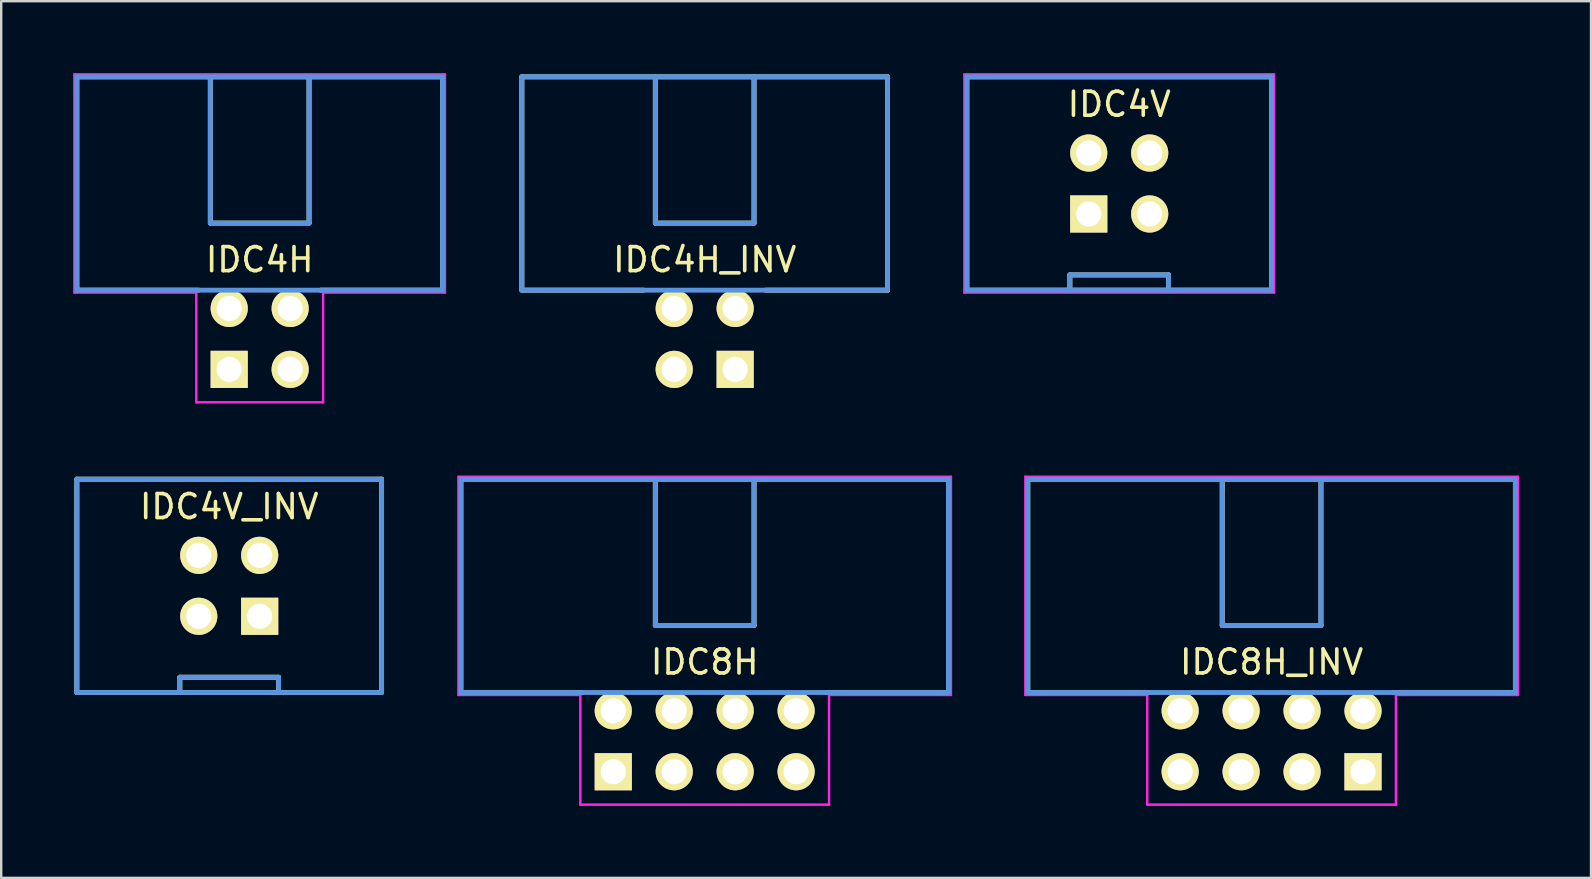
<source format=kicad_pcb>
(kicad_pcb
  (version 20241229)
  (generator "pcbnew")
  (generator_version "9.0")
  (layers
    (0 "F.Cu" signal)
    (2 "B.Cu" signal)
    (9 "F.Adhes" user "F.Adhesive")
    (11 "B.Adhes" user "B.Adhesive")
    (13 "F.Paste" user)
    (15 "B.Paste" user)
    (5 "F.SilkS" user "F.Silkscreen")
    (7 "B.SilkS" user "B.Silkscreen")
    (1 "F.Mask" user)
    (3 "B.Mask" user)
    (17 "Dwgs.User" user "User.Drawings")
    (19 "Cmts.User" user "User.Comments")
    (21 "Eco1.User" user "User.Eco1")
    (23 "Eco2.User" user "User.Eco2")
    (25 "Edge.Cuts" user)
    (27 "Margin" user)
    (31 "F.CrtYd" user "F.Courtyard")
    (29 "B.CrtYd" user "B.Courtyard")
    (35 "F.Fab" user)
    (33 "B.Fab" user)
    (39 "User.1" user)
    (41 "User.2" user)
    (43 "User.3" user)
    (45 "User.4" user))
  (footprint "IDC8H_INV"
    (layer "F.Cu")
    (at 46.132 29.111)
    (property "Reference" "IDC8H_INV" (at 3.81 -4.572 0) (layer "F.SilkS") (effects (font (size 1.001 1.001) (thickness 0.15))))
    (attr through_hole)
    (fp_line (start -6.35 -12.192) (end 13.97 -12.192) (stroke (width 0.203) (type solid)) (layer "F.SilkS"))
    (fp_line (start -6.35 -3.302) (end -6.35 -12.192) (stroke (width 0.203) (type solid)) (layer "F.SilkS"))
    (fp_line (start -6.35 -3.302) (end -1.27 -3.302) (stroke (width 0.203) (type solid)) (layer "F.SilkS"))
    (fp_line (start 1.753 -12.192) (end 1.753 -6.096) (stroke (width 0.203) (type solid)) (layer "F.SilkS"))
    (fp_line (start 1.753 -6.096) (end 5.867 -6.096) (stroke (width 0.203) (type solid)) (layer "F.SilkS"))
    (fp_line (start 5.867 -12.192) (end 5.867 -6.096) (stroke (width 0.203) (type solid)) (layer "F.SilkS"))
    (fp_line (start 13.97 -12.192) (end 13.97 -3.302) (stroke (width 0.203) (type solid)) (layer "F.SilkS"))
    (fp_line (start 13.97 -3.302) (end 8.89 -3.302) (stroke (width 0.203) (type solid)) (layer "F.SilkS"))
    (fp_line (start -6.35 -12.192) (end -6.35 -3.302) (stroke (width 0.203) (type solid)) (layer "Cmts.User"))
    (fp_line (start -6.35 -3.302) (end 13.97 -3.302) (stroke (width 0.203) (type solid)) (layer "Cmts.User"))
    (fp_line (start 1.753 -12.192) (end 1.753 -6.096) (stroke (width 0.203) (type solid)) (layer "Cmts.User"))
    (fp_line (start 1.753 -6.096) (end 5.867 -6.096) (stroke (width 0.203) (type solid)) (layer "Cmts.User"))
    (fp_line (start 5.867 -12.192) (end 5.867 -6.096) (stroke (width 0.203) (type solid)) (layer "Cmts.User"))
    (fp_line (start 13.97 -12.192) (end -6.35 -12.192) (stroke (width 0.203) (type solid)) (layer "Cmts.User"))
    (fp_line (start 13.97 -3.302) (end 13.97 -12.192) (stroke (width 0.203) (type solid)) (layer "Cmts.User"))
    (fp_line (start -6.452 -12.294) (end -6.452 -3.2) (stroke (width 0.102) (type solid)) (layer "F.CrtYd"))
    (fp_line (start -6.452 -3.2) (end -1.372 -3.2) (stroke (width 0.102) (type solid)) (layer "F.CrtYd"))
    (fp_line (start -1.372 -3.2) (end -1.372 1.372) (stroke (width 0.102) (type solid)) (layer "F.CrtYd"))
    (fp_line (start -1.372 1.372) (end 8.992 1.372) (stroke (width 0.102) (type solid)) (layer "F.CrtYd"))
    (fp_line (start 8.992 -3.2) (end 14.072 -3.2) (stroke (width 0.102) (type solid)) (layer "F.CrtYd"))
    (fp_line (start 8.992 1.372) (end 8.992 -3.2) (stroke (width 0.102) (type solid)) (layer "F.CrtYd"))
    (fp_line (start 14.072 -12.294) (end -6.452 -12.294) (stroke (width 0.102) (type solid)) (layer "F.CrtYd"))
    (fp_line (start 14.072 -3.2) (end 14.072 -12.294) (stroke (width 0.102) (type solid)) (layer "F.CrtYd"))
    (pad "1" thru_hole rect (at 7.62 0) (size 1.549 1.549) (drill 1.049) (layers "*.Cu" "*.Mask" "F.SilkS"))
    (pad "2" thru_hole circle (at 7.62 -2.54) (size 1.549 1.549) (drill 1.049) (layers "*.Cu" "*.Mask" "F.SilkS"))
    (pad "3" thru_hole circle (at 5.08 0) (size 1.549 1.549) (drill 1.049) (layers "*.Cu" "*.Mask" "F.SilkS"))
    (pad "4" thru_hole circle (at 5.08 -2.54) (size 1.549 1.549) (drill 1.049) (layers "*.Cu" "*.Mask" "F.SilkS"))
    (pad "5" thru_hole circle (at 2.54 0) (size 1.549 1.549) (drill 1.049) (layers "*.Cu" "*.Mask" "F.SilkS"))
    (pad "6" thru_hole circle (at 2.54 -2.54) (size 1.549 1.549) (drill 1.049) (layers "*.Cu" "*.Mask" "F.SilkS"))
    (pad "7" thru_hole circle (at 0 0) (size 1.549 1.549) (drill 1.049) (layers "*.Cu" "*.Mask" "F.SilkS"))
    (pad "8" thru_hole circle (at 0 -2.54) (size 1.549 1.549) (drill 1.049) (layers "*.Cu" "*.Mask" "F.SilkS")))
  (footprint "IDC4H"
    (layer "F.Cu")
    (at 6.502 12.344)
    (property "Reference" "IDC4H" (at 1.27 -4.572 0) (layer "F.SilkS") (effects (font (size 1.001 1.001) (thickness 0.15))))
    (attr through_hole)
    (fp_line (start -6.35 -12.192) (end 8.89 -12.192) (stroke (width 0.203) (type solid)) (layer "F.SilkS"))
    (fp_line (start -6.35 -3.302) (end -6.35 -12.192) (stroke (width 0.203) (type solid)) (layer "F.SilkS"))
    (fp_line (start -6.35 -3.302) (end -1.27 -3.302) (stroke (width 0.203) (type solid)) (layer "F.SilkS"))
    (fp_line (start -0.787 -12.192) (end -0.787 -6.096) (stroke (width 0.203) (type solid)) (layer "F.SilkS"))
    (fp_line (start -0.787 -6.096) (end 3.327 -6.096) (stroke (width 0.203) (type solid)) (layer "F.SilkS"))
    (fp_line (start 3.327 -12.192) (end 3.327 -6.096) (stroke (width 0.203) (type solid)) (layer "F.SilkS"))
    (fp_line (start 8.89 -12.192) (end 8.89 -3.302) (stroke (width 0.203) (type solid)) (layer "F.SilkS"))
    (fp_line (start 8.89 -3.302) (end 3.81 -3.302) (stroke (width 0.203) (type solid)) (layer "F.SilkS"))
    (fp_line (start -6.35 -12.192) (end -6.35 -3.302) (stroke (width 0.203) (type solid)) (layer "Cmts.User"))
    (fp_line (start -6.35 -3.302) (end 8.89 -3.302) (stroke (width 0.203) (type solid)) (layer "Cmts.User"))
    (fp_line (start -0.787 -12.192) (end -0.787 -6.096) (stroke (width 0.203) (type solid)) (layer "Cmts.User"))
    (fp_line (start -0.787 -6.096) (end 3.327 -6.096) (stroke (width 0.203) (type solid)) (layer "Cmts.User"))
    (fp_line (start 3.327 -12.192) (end 3.327 -6.096) (stroke (width 0.203) (type solid)) (layer "Cmts.User"))
    (fp_line (start 8.89 -12.192) (end -6.35 -12.192) (stroke (width 0.203) (type solid)) (layer "Cmts.User"))
    (fp_line (start 8.89 -3.302) (end 8.89 -12.192) (stroke (width 0.203) (type solid)) (layer "Cmts.User"))
    (fp_line (start -6.452 -12.294) (end -6.452 -3.2) (stroke (width 0.102) (type solid)) (layer "F.CrtYd"))
    (fp_line (start -6.452 -3.2) (end -1.372 -3.2) (stroke (width 0.102) (type solid)) (layer "F.CrtYd"))
    (fp_line (start -1.372 -3.2) (end -1.372 1.372) (stroke (width 0.102) (type solid)) (layer "F.CrtYd"))
    (fp_line (start -1.372 1.372) (end 3.912 1.372) (stroke (width 0.102) (type solid)) (layer "F.CrtYd"))
    (fp_line (start 3.912 -3.2) (end 8.992 -3.2) (stroke (width 0.102) (type solid)) (layer "F.CrtYd"))
    (fp_line (start 3.912 1.372) (end 3.912 -3.2) (stroke (width 0.102) (type solid)) (layer "F.CrtYd"))
    (fp_line (start 8.992 -12.294) (end -6.452 -12.294) (stroke (width 0.102) (type solid)) (layer "F.CrtYd"))
    (fp_line (start 8.992 -3.2) (end 8.992 -12.294) (stroke (width 0.102) (type solid)) (layer "F.CrtYd"))
    (pad "1" thru_hole rect (at 0 0) (size 1.549 1.549) (drill 1.049) (layers "*.Cu" "*.Mask" "F.SilkS"))
    (pad "2" thru_hole circle (at 0 -2.54) (size 1.549 1.549) (drill 1.049) (layers "*.Cu" "*.Mask" "F.SilkS"))
    (pad "3" thru_hole circle (at 2.54 0) (size 1.549 1.549) (drill 1.049) (layers "*.Cu" "*.Mask" "F.SilkS"))
    (pad "4" thru_hole circle (at 2.54 -2.54) (size 1.549 1.549) (drill 1.049) (layers "*.Cu" "*.Mask" "F.SilkS")))
  (footprint "IDC4H_INV"
    (layer "F.Cu")
    (at 25.047 12.344)
    (property "Reference" "IDC4H_INV" (at 1.27 -4.572 0) (layer "F.SilkS") (effects (font (size 1.001 1.001) (thickness 0.15))))
    (attr through_hole)
    (fp_line (start -6.35 -12.192) (end 8.89 -12.192) (stroke (width 0.203) (type solid)) (layer "F.SilkS"))
    (fp_line (start -6.35 -3.302) (end -6.35 -12.192) (stroke (width 0.203) (type solid)) (layer "F.SilkS"))
    (fp_line (start -6.35 -3.302) (end -1.27 -3.302) (stroke (width 0.203) (type solid)) (layer "F.SilkS"))
    (fp_line (start -0.787 -12.192) (end -0.787 -6.096) (stroke (width 0.203) (type solid)) (layer "F.SilkS"))
    (fp_line (start -0.787 -6.096) (end 3.327 -6.096) (stroke (width 0.203) (type solid)) (layer "F.SilkS"))
    (fp_line (start 3.327 -12.192) (end 3.327 -6.096) (stroke (width 0.203) (type solid)) (layer "F.SilkS"))
    (fp_line (start 8.89 -12.192) (end 8.89 -3.302) (stroke (width 0.203) (type solid)) (layer "F.SilkS"))
    (fp_line (start 8.89 -3.302) (end 3.81 -3.302) (stroke (width 0.203) (type solid)) (layer "F.SilkS"))
    (fp_line (start -6.35 -12.192) (end -6.35 -3.302) (stroke (width 0.203) (type solid)) (layer "Cmts.User"))
    (fp_line (start -6.35 -3.302) (end 8.89 -3.302) (stroke (width 0.203) (type solid)) (layer "Cmts.User"))
    (fp_line (start -0.787 -12.192) (end -0.787 -6.096) (stroke (width 0.203) (type solid)) (layer "Cmts.User"))
    (fp_line (start -0.787 -6.096) (end 3.327 -6.096) (stroke (width 0.203) (type solid)) (layer "Cmts.User"))
    (fp_line (start 3.327 -12.192) (end 3.327 -6.096) (stroke (width 0.203) (type solid)) (layer "Cmts.User"))
    (fp_line (start 8.89 -12.192) (end -6.35 -12.192) (stroke (width 0.203) (type solid)) (layer "Cmts.User"))
    (fp_line (start 8.89 -3.302) (end 8.89 -12.192) (stroke (width 0.203) (type solid)) (layer "Cmts.User"))
    (fp_line (start -6.452 -12.294) (end -6.452 -3.2) (stroke (width 0.102) (type solid)) (layer "Eco1.User"))
    (fp_line (start -6.452 -3.2) (end -1.372 -3.2) (stroke (width 0.102) (type solid)) (layer "Eco1.User"))
    (fp_line (start -1.372 -3.2) (end -1.372 1.372) (stroke (width 0.102) (type solid)) (layer "Eco1.User"))
    (fp_line (start -1.372 1.372) (end 3.912 1.372) (stroke (width 0.102) (type solid)) (layer "Eco1.User"))
    (fp_line (start 3.912 -3.2) (end 8.992 -3.2) (stroke (width 0.102) (type solid)) (layer "Eco1.User"))
    (fp_line (start 3.912 1.372) (end 3.912 -3.2) (stroke (width 0.102) (type solid)) (layer "Eco1.User"))
    (fp_line (start 8.992 -12.294) (end -6.452 -12.294) (stroke (width 0.102) (type solid)) (layer "Eco1.User"))
    (fp_line (start 8.992 -3.2) (end 8.992 -12.294) (stroke (width 0.102) (type solid)) (layer "Eco1.User"))
    (pad "1" thru_hole rect (at 2.54 0) (size 1.549 1.549) (drill 1.049) (layers "*.Cu" "*.Mask" "F.SilkS"))
    (pad "2" thru_hole circle (at 2.54 -2.54) (size 1.549 1.549) (drill 1.049) (layers "*.Cu" "*.Mask" "F.SilkS"))
    (pad "3" thru_hole circle (at 0 0) (size 1.549 1.549) (drill 1.049) (layers "*.Cu" "*.Mask" "F.SilkS"))
    (pad "4" thru_hole circle (at 0 -2.54) (size 1.549 1.549) (drill 1.049) (layers "*.Cu" "*.Mask" "F.SilkS")))
  (footprint "IDC8H"
    (layer "F.Cu")
    (at 22.507 29.111)
    (property "Reference" "IDC8H" (at 3.81 -4.572 0) (layer "F.SilkS") (effects (font (size 1.001 1.001) (thickness 0.15))))
    (attr through_hole)
    (fp_line (start -6.35 -12.192) (end 13.97 -12.192) (stroke (width 0.203) (type solid)) (layer "F.SilkS"))
    (fp_line (start -6.35 -3.302) (end -6.35 -12.192) (stroke (width 0.203) (type solid)) (layer "F.SilkS"))
    (fp_line (start -6.35 -3.302) (end -1.27 -3.302) (stroke (width 0.203) (type solid)) (layer "F.SilkS"))
    (fp_line (start 1.753 -12.192) (end 1.753 -6.096) (stroke (width 0.203) (type solid)) (layer "F.SilkS"))
    (fp_line (start 1.753 -6.096) (end 5.867 -6.096) (stroke (width 0.203) (type solid)) (layer "F.SilkS"))
    (fp_line (start 5.867 -12.192) (end 5.867 -6.096) (stroke (width 0.203) (type solid)) (layer "F.SilkS"))
    (fp_line (start 13.97 -12.192) (end 13.97 -3.302) (stroke (width 0.203) (type solid)) (layer "F.SilkS"))
    (fp_line (start 13.97 -3.302) (end 8.89 -3.302) (stroke (width 0.203) (type solid)) (layer "F.SilkS"))
    (fp_line (start -6.35 -12.192) (end -6.35 -3.302) (stroke (width 0.203) (type solid)) (layer "Cmts.User"))
    (fp_line (start -6.35 -3.302) (end 13.97 -3.302) (stroke (width 0.203) (type solid)) (layer "Cmts.User"))
    (fp_line (start 1.753 -12.192) (end 1.753 -6.096) (stroke (width 0.203) (type solid)) (layer "Cmts.User"))
    (fp_line (start 1.753 -6.096) (end 5.867 -6.096) (stroke (width 0.203) (type solid)) (layer "Cmts.User"))
    (fp_line (start 5.867 -12.192) (end 5.867 -6.096) (stroke (width 0.203) (type solid)) (layer "Cmts.User"))
    (fp_line (start 13.97 -12.192) (end -6.35 -12.192) (stroke (width 0.203) (type solid)) (layer "Cmts.User"))
    (fp_line (start 13.97 -3.302) (end 13.97 -12.192) (stroke (width 0.203) (type solid)) (layer "Cmts.User"))
    (fp_line (start -6.452 -12.294) (end -6.452 -3.2) (stroke (width 0.102) (type solid)) (layer "F.CrtYd"))
    (fp_line (start -6.452 -3.2) (end -1.372 -3.2) (stroke (width 0.102) (type solid)) (layer "F.CrtYd"))
    (fp_line (start -1.372 -3.2) (end -1.372 1.372) (stroke (width 0.102) (type solid)) (layer "F.CrtYd"))
    (fp_line (start -1.372 1.372) (end 8.992 1.372) (stroke (width 0.102) (type solid)) (layer "F.CrtYd"))
    (fp_line (start 8.992 -3.2) (end 14.072 -3.2) (stroke (width 0.102) (type solid)) (layer "F.CrtYd"))
    (fp_line (start 8.992 1.372) (end 8.992 -3.2) (stroke (width 0.102) (type solid)) (layer "F.CrtYd"))
    (fp_line (start 14.072 -12.294) (end -6.452 -12.294) (stroke (width 0.102) (type solid)) (layer "F.CrtYd"))
    (fp_line (start 14.072 -3.2) (end 14.072 -12.294) (stroke (width 0.102) (type solid)) (layer "F.CrtYd"))
    (pad "1" thru_hole rect (at 0 0) (size 1.549 1.549) (drill 1.049) (layers "*.Cu" "*.Mask" "F.SilkS"))
    (pad "2" thru_hole circle (at 0 -2.54) (size 1.549 1.549) (drill 1.049) (layers "*.Cu" "*.Mask" "F.SilkS"))
    (pad "3" thru_hole circle (at 2.54 0) (size 1.549 1.549) (drill 1.049) (layers "*.Cu" "*.Mask" "F.SilkS"))
    (pad "4" thru_hole circle (at 2.54 -2.54) (size 1.549 1.549) (drill 1.049) (layers "*.Cu" "*.Mask" "F.SilkS"))
    (pad "5" thru_hole circle (at 5.08 0) (size 1.549 1.549) (drill 1.049) (layers "*.Cu" "*.Mask" "F.SilkS"))
    (pad "6" thru_hole circle (at 5.08 -2.54) (size 1.549 1.549) (drill 1.049) (layers "*.Cu" "*.Mask" "F.SilkS"))
    (pad "7" thru_hole circle (at 7.62 0) (size 1.549 1.549) (drill 1.049) (layers "*.Cu" "*.Mask" "F.SilkS"))
    (pad "8" thru_hole circle (at 7.62 -2.54) (size 1.549 1.549) (drill 1.049) (layers "*.Cu" "*.Mask" "F.SilkS")))
  (footprint "IDC4V_INV"
    (layer "F.Cu")
    (at 5.232 22.634)
    (property "Reference" "IDC4V_INV" (at 1.27 -4.572 0) (layer "F.SilkS") (effects (font (size 1.001 1.001) (thickness 0.15))))
    (attr through_hole)
    (fp_line (start -5.08 -5.715) (end 7.62 -5.715) (stroke (width 0.203) (type solid)) (layer "F.SilkS"))
    (fp_line (start -5.08 3.175) (end -5.08 -5.715) (stroke (width 0.203) (type solid)) (layer "F.SilkS"))
    (fp_line (start -0.787 2.54) (end 3.327 2.54) (stroke (width 0.203) (type solid)) (layer "F.SilkS"))
    (fp_line (start -0.787 3.175) (end -0.787 2.54) (stroke (width 0.203) (type solid)) (layer "F.SilkS"))
    (fp_line (start 3.327 3.175) (end 3.327 2.54) (stroke (width 0.203) (type solid)) (layer "F.SilkS"))
    (fp_line (start 7.62 -5.715) (end 7.62 3.175) (stroke (width 0.203) (type solid)) (layer "F.SilkS"))
    (fp_line (start 7.62 3.175) (end -5.08 3.175) (stroke (width 0.203) (type solid)) (layer "F.SilkS"))
    (fp_line (start -5.08 -5.715) (end 7.62 -5.715) (stroke (width 0.203) (type solid)) (layer "Cmts.User"))
    (fp_line (start -5.08 3.175) (end -5.08 -5.715) (stroke (width 0.203) (type solid)) (layer "Cmts.User"))
    (fp_line (start -0.787 2.54) (end 3.327 2.54) (stroke (width 0.203) (type solid)) (layer "Cmts.User"))
    (fp_line (start -0.787 3.175) (end -0.787 2.54) (stroke (width 0.203) (type solid)) (layer "Cmts.User"))
    (fp_line (start 3.327 3.175) (end 3.327 2.54) (stroke (width 0.203) (type solid)) (layer "Cmts.User"))
    (fp_line (start 7.62 -5.715) (end 7.62 3.175) (stroke (width 0.203) (type solid)) (layer "Cmts.User"))
    (fp_line (start 7.62 3.175) (end -5.08 3.175) (stroke (width 0.203) (type solid)) (layer "Cmts.User"))
    (fp_line (start -5.182 -5.817) (end 7.722 -5.817) (stroke (width 0.102) (type solid)) (layer "Eco1.User"))
    (fp_line (start -5.182 3.277) (end -5.182 -5.817) (stroke (width 0.102) (type solid)) (layer "Eco1.User"))
    (fp_line (start 7.722 -5.817) (end 7.722 3.277) (stroke (width 0.102) (type solid)) (layer "Eco1.User"))
    (fp_line (start 7.722 3.277) (end -5.182 3.277) (stroke (width 0.102) (type solid)) (layer "Eco1.User"))
    (pad "1" thru_hole rect (at 2.54 0) (size 1.549 1.549) (drill 1.049) (layers "*.Cu" "*.Mask" "F.SilkS"))
    (pad "2" thru_hole circle (at 2.54 -2.54) (size 1.549 1.549) (drill 1.049) (layers "*.Cu" "*.Mask" "F.SilkS"))
    (pad "3" thru_hole circle (at 0 0) (size 1.549 1.549) (drill 1.049) (layers "*.Cu" "*.Mask" "F.SilkS"))
    (pad "4" thru_hole circle (at 0 -2.54) (size 1.549 1.549) (drill 1.049) (layers "*.Cu" "*.Mask" "F.SilkS")))
  (footprint "IDC4V"
    (layer "F.Cu")
    (at 42.322 5.867)
    (property "Reference" "IDC4V" (at 1.27 -4.572 0) (layer "F.SilkS") (effects (font (size 1.001 1.001) (thickness 0.15))))
    (attr through_hole)
    (fp_line (start -5.08 -5.715) (end 7.62 -5.715) (stroke (width 0.203) (type solid)) (layer "F.SilkS"))
    (fp_line (start -5.08 3.175) (end -5.08 -5.715) (stroke (width 0.203) (type solid)) (layer "F.SilkS"))
    (fp_line (start -0.787 2.54) (end 3.327 2.54) (stroke (width 0.203) (type solid)) (layer "F.SilkS"))
    (fp_line (start -0.787 3.175) (end -0.787 2.54) (stroke (width 0.203) (type solid)) (layer "F.SilkS"))
    (fp_line (start 3.327 3.175) (end 3.327 2.54) (stroke (width 0.203) (type solid)) (layer "F.SilkS"))
    (fp_line (start 7.62 -5.715) (end 7.62 3.175) (stroke (width 0.203) (type solid)) (layer "F.SilkS"))
    (fp_line (start 7.62 3.175) (end -5.08 3.175) (stroke (width 0.203) (type solid)) (layer "F.SilkS"))
    (fp_line (start -5.08 -5.715) (end 7.62 -5.715) (stroke (width 0.203) (type solid)) (layer "Cmts.User"))
    (fp_line (start -5.08 3.175) (end -5.08 -5.715) (stroke (width 0.203) (type solid)) (layer "Cmts.User"))
    (fp_line (start -0.787 2.54) (end 3.327 2.54) (stroke (width 0.203) (type solid)) (layer "Cmts.User"))
    (fp_line (start -0.787 3.175) (end -0.787 2.54) (stroke (width 0.203) (type solid)) (layer "Cmts.User"))
    (fp_line (start 3.327 3.175) (end 3.327 2.54) (stroke (width 0.203) (type solid)) (layer "Cmts.User"))
    (fp_line (start 7.62 -5.715) (end 7.62 3.175) (stroke (width 0.203) (type solid)) (layer "Cmts.User"))
    (fp_line (start 7.62 3.175) (end -5.08 3.175) (stroke (width 0.203) (type solid)) (layer "Cmts.User"))
    (fp_line (start -5.182 -5.817) (end 7.722 -5.817) (stroke (width 0.102) (type solid)) (layer "F.CrtYd"))
    (fp_line (start -5.182 3.277) (end -5.182 -5.817) (stroke (width 0.102) (type solid)) (layer "F.CrtYd"))
    (fp_line (start 7.722 -5.817) (end 7.722 3.277) (stroke (width 0.102) (type solid)) (layer "F.CrtYd"))
    (fp_line (start 7.722 3.277) (end -5.182 3.277) (stroke (width 0.102) (type solid)) (layer "F.CrtYd"))
    (pad "1" thru_hole rect (at 0 0) (size 1.549 1.549) (drill 1.049) (layers "*.Cu" "*.Mask" "F.SilkS"))
    (pad "2" thru_hole circle (at 0 -2.54) (size 1.549 1.549) (drill 1.049) (layers "*.Cu" "*.Mask" "F.SilkS"))
    (pad "3" thru_hole circle (at 2.54 0) (size 1.549 1.549) (drill 1.049) (layers "*.Cu" "*.Mask" "F.SilkS"))
    (pad "4" thru_hole circle (at 2.54 -2.54) (size 1.549 1.549) (drill 1.049) (layers "*.Cu" "*.Mask" "F.SilkS")))
  (gr_rect
    (start -3 -3)
    (end 63.254 33.534)
    (stroke (width 0.1) (type default))
    (fill no)
    (layer "Edge.Cuts")))
</source>
